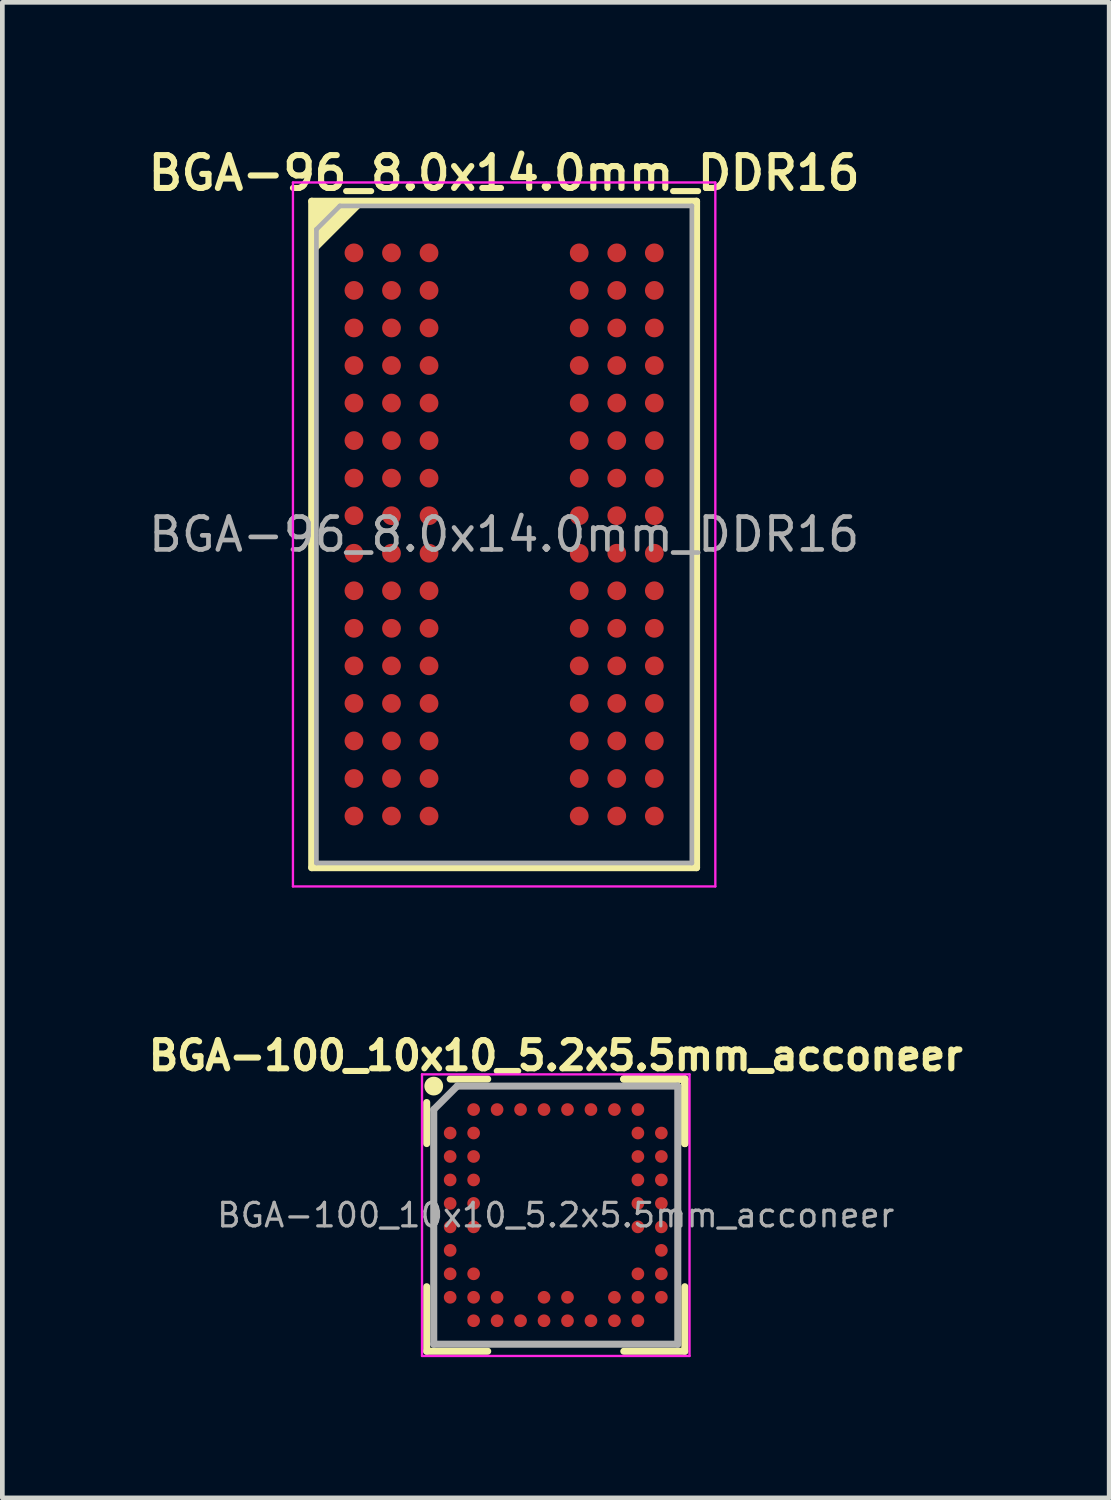
<source format=kicad_pcb>
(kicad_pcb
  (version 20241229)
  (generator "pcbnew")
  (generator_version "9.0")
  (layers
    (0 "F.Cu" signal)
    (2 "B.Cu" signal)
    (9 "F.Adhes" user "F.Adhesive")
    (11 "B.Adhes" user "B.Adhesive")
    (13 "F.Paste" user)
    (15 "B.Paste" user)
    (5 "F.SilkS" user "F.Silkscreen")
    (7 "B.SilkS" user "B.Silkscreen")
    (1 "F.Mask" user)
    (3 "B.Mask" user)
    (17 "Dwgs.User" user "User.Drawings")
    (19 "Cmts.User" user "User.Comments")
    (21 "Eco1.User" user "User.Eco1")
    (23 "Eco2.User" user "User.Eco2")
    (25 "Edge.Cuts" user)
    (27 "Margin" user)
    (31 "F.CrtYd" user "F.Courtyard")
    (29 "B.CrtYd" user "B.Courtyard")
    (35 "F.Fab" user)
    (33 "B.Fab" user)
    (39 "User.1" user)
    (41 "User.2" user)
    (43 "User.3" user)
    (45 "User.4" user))
  (footprint "BGA-100_10x10_5.2x5.5mm_acconeer"
    (layer "F.Cu")
    (at 8.792 22.842)
    (property "Reference" "BGA-100_10x10_5.2x5.5mm_acconeer" (at 0 -3.4 0) (layer "F.SilkS") (effects (font (size 0.6 0.6) (thickness 0.13))))
    (property "Value" "${VALUE}" (at 0 2.4 0) (layer "F.Fab") (hide yes) (effects (font (size 0.4 0.4) (thickness 0.04))))
    (attr smd)
    (fp_line (start -2.75 -2.4) (end -2.75 -1.525) (stroke (width 0.15) (type solid)) (layer "F.SilkS"))
    (fp_line (start -2.75 2.9) (end -2.75 1.525) (stroke (width 0.15) (type solid)) (layer "F.SilkS"))
    (fp_line (start -1.45 -2.9) (end -2.25 -2.9) (stroke (width 0.15) (type solid)) (layer "F.SilkS"))
    (fp_line (start -1.45 2.9) (end -2.75 2.9) (stroke (width 0.15) (type solid)) (layer "F.SilkS"))
    (fp_line (start 1.45 -2.9) (end 2.75 -2.9) (stroke (width 0.15) (type solid)) (layer "F.SilkS"))
    (fp_line (start 1.45 -2.9) (end 2.75 -2.9) (stroke (width 0.15) (type solid)) (layer "F.SilkS"))
    (fp_line (start 1.45 -2.9) (end 2.75 -2.9) (stroke (width 0.15) (type solid)) (layer "F.SilkS"))
    (fp_line (start 1.45 2.9) (end 2.75 2.9) (stroke (width 0.15) (type solid)) (layer "F.SilkS"))
    (fp_line (start 2.75 -2.9) (end 2.75 -1.525) (stroke (width 0.15) (type solid)) (layer "F.SilkS"))
    (fp_line (start 2.75 -2.9) (end 2.75 -1.525) (stroke (width 0.15) (type solid)) (layer "F.SilkS"))
    (fp_line (start 2.75 -2.9) (end 2.75 -1.525) (stroke (width 0.15) (type solid)) (layer "F.SilkS"))
    (fp_line (start 2.75 2.9) (end 2.75 1.525) (stroke (width 0.15) (type solid)) (layer "F.SilkS"))
    (fp_circle (center -2.6 -2.75) (end -2.5 -2.75) (stroke (width 0.2) (type solid)) (fill no) (layer "F.SilkS"))
    (fp_line (start -2.85 -3) (end 2.85 -3) (stroke (width 0.05) (type solid)) (layer "F.CrtYd"))
    (fp_line (start -2.85 3) (end -2.85 -3) (stroke (width 0.05) (type solid)) (layer "F.CrtYd"))
    (fp_line (start 2.85 -3) (end 2.85 3) (stroke (width 0.05) (type solid)) (layer "F.CrtYd"))
    (fp_line (start 2.85 3) (end -2.85 3) (stroke (width 0.05) (type solid)) (layer "F.CrtYd"))
    (fp_line (start -2.6 -2.25) (end -2.6 2.75) (stroke (width 0.15) (type solid)) (layer "F.Fab"))
    (fp_line (start -2.6 2.75) (end 2.6 2.75) (stroke (width 0.15) (type solid)) (layer "F.Fab"))
    (fp_line (start -2.1 -2.75) (end -2.6 -2.25) (stroke (width 0.15) (type solid)) (layer "F.Fab"))
    (fp_line (start 2.6 -2.75) (end -2.1 -2.75) (stroke (width 0.15) (type solid)) (layer "F.Fab"))
    (fp_line (start 2.6 2.75) (end 2.6 -2.75) (stroke (width 0.15) (type solid)) (layer "F.Fab"))
    (fp_text user "${REFERENCE}" (at 0 0 0) (layer "F.Fab") (effects (font (size 0.5 0.5) (thickness 0.07))))
    (pad "A2" smd circle (at -1.75 -2.25) (size 0.27 0.27) (layers "F.Cu" "F.Mask" "F.Paste"))
    (pad "A3" smd circle (at -1.25 -2.25) (size 0.27 0.27) (layers "F.Cu" "F.Mask" "F.Paste"))
    (pad "A4" smd circle (at -0.75 -2.25) (size 0.27 0.27) (layers "F.Cu" "F.Mask" "F.Paste"))
    (pad "A5" smd circle (at -0.25 -2.25) (size 0.27 0.27) (layers "F.Cu" "F.Mask" "F.Paste"))
    (pad "A6" smd circle (at 0.25 -2.25) (size 0.27 0.27) (layers "F.Cu" "F.Mask" "F.Paste"))
    (pad "A7" smd circle (at 0.75 -2.25) (size 0.27 0.27) (layers "F.Cu" "F.Mask" "F.Paste"))
    (pad "A8" smd circle (at 1.25 -2.25) (size 0.27 0.27) (layers "F.Cu" "F.Mask" "F.Paste"))
    (pad "A9" smd circle (at 1.75 -2.25) (size 0.27 0.27) (layers "F.Cu" "F.Mask" "F.Paste"))
    (pad "B1" smd circle (at -2.25 -1.75) (size 0.27 0.27) (layers "F.Cu" "F.Mask" "F.Paste"))
    (pad "B2" smd circle (at -1.75 -1.75) (size 0.27 0.27) (layers "F.Cu" "F.Mask" "F.Paste"))
    (pad "B9" smd circle (at 1.75 -1.75) (size 0.27 0.27) (layers "F.Cu" "F.Mask" "F.Paste"))
    (pad "B10" smd circle (at 2.25 -1.75) (size 0.27 0.27) (layers "F.Cu" "F.Mask" "F.Paste"))
    (pad "C1" smd circle (at -2.25 -1.25) (size 0.27 0.27) (layers "F.Cu" "F.Mask" "F.Paste"))
    (pad "C2" smd circle (at -1.75 -1.25) (size 0.27 0.27) (layers "F.Cu" "F.Mask" "F.Paste"))
    (pad "C9" smd circle (at 1.75 -1.25) (size 0.27 0.27) (layers "F.Cu" "F.Mask" "F.Paste"))
    (pad "C10" smd circle (at 2.25 -1.25) (size 0.27 0.27) (layers "F.Cu" "F.Mask" "F.Paste"))
    (pad "D1" smd circle (at -2.25 -0.75) (size 0.27 0.27) (layers "F.Cu" "F.Mask" "F.Paste"))
    (pad "D2" smd circle (at -1.75 -0.75) (size 0.27 0.27) (layers "F.Cu" "F.Mask" "F.Paste"))
    (pad "D9" smd circle (at 1.75 -0.75) (size 0.27 0.27) (layers "F.Cu" "F.Mask" "F.Paste"))
    (pad "D10" smd circle (at 2.25 -0.75) (size 0.27 0.27) (layers "F.Cu" "F.Mask" "F.Paste"))
    (pad "E1" smd circle (at -2.25 -0.25) (size 0.27 0.27) (layers "F.Cu" "F.Mask" "F.Paste"))
    (pad "E2" smd circle (at -1.75 -0.25) (size 0.27 0.27) (layers "F.Cu" "F.Mask" "F.Paste"))
    (pad "E9" smd circle (at 1.75 -0.25) (size 0.27 0.27) (layers "F.Cu" "F.Mask" "F.Paste"))
    (pad "E10" smd circle (at 2.25 -0.25) (size 0.27 0.27) (layers "F.Cu" "F.Mask" "F.Paste"))
    (pad "F1" smd circle (at -2.25 0.25) (size 0.27 0.27) (layers "F.Cu" "F.Mask" "F.Paste"))
    (pad "F2" smd circle (at -1.75 0.25) (size 0.27 0.27) (layers "F.Cu" "F.Mask" "F.Paste"))
    (pad "F9" smd circle (at 1.75 0.25) (size 0.27 0.27) (layers "F.Cu" "F.Mask" "F.Paste"))
    (pad "F10" smd circle (at 2.25 0.25) (size 0.27 0.27) (layers "F.Cu" "F.Mask" "F.Paste"))
    (pad "G1" smd circle (at -2.25 0.75) (size 0.27 0.27) (layers "F.Cu" "F.Mask" "F.Paste"))
    (pad "G10" smd circle (at 2.25 0.75) (size 0.27 0.27) (layers "F.Cu" "F.Mask" "F.Paste"))
    (pad "H1" smd circle (at -2.25 1.25) (size 0.27 0.27) (layers "F.Cu" "F.Mask" "F.Paste"))
    (pad "H2" smd circle (at -1.75 1.25) (size 0.27 0.27) (layers "F.Cu" "F.Mask" "F.Paste"))
    (pad "H9" smd circle (at 1.75 1.25) (size 0.27 0.27) (layers "F.Cu" "F.Mask" "F.Paste"))
    (pad "H10" smd circle (at 2.25 1.25) (size 0.27 0.27) (layers "F.Cu" "F.Mask" "F.Paste"))
    (pad "J1" smd circle (at -2.25 1.75) (size 0.27 0.27) (layers "F.Cu" "F.Mask" "F.Paste"))
    (pad "J2" smd circle (at -1.75 1.75) (size 0.27 0.27) (layers "F.Cu" "F.Mask" "F.Paste"))
    (pad "J3" smd circle (at -1.25 1.75) (size 0.27 0.27) (layers "F.Cu" "F.Mask" "F.Paste"))
    (pad "J5" smd circle (at -0.25 1.75) (size 0.27 0.27) (layers "F.Cu" "F.Mask" "F.Paste"))
    (pad "J6" smd circle (at 0.25 1.75) (size 0.27 0.27) (layers "F.Cu" "F.Mask" "F.Paste"))
    (pad "J8" smd circle (at 1.25 1.75) (size 0.27 0.27) (layers "F.Cu" "F.Mask" "F.Paste"))
    (pad "J9" smd circle (at 1.75 1.75) (size 0.27 0.27) (layers "F.Cu" "F.Mask" "F.Paste"))
    (pad "J10" smd circle (at 2.25 1.75) (size 0.27 0.27) (layers "F.Cu" "F.Mask" "F.Paste"))
    (pad "K2" smd circle (at -1.75 2.25) (size 0.27 0.27) (layers "F.Cu" "F.Mask" "F.Paste"))
    (pad "K3" smd circle (at -1.25 2.25) (size 0.27 0.27) (layers "F.Cu" "F.Mask" "F.Paste"))
    (pad "K4" smd circle (at -0.75 2.25) (size 0.27 0.27) (layers "F.Cu" "F.Mask" "F.Paste"))
    (pad "K5" smd circle (at -0.25 2.25) (size 0.27 0.27) (layers "F.Cu" "F.Mask" "F.Paste"))
    (pad "K6" smd circle (at 0.25 2.25) (size 0.27 0.27) (layers "F.Cu" "F.Mask" "F.Paste"))
    (pad "K7" smd circle (at 0.75 2.25) (size 0.27 0.27) (layers "F.Cu" "F.Mask" "F.Paste"))
    (pad "K8" smd circle (at 1.25 2.25) (size 0.27 0.27) (layers "F.Cu" "F.Mask" "F.Paste"))
    (pad "K9" smd circle (at 1.75 2.25) (size 0.27 0.27) (layers "F.Cu" "F.Mask" "F.Paste")))
  (footprint "BGA-96_8.0x14.0mm_DDR16"
    (layer "F.Cu")
    (at 7.692 8.338)
    (property "Reference" "BGA-96_8.0x14.0mm_DDR16" (at 0 -7.7 0) (layer "F.SilkS") (effects (font (size 0.7 0.7) (thickness 0.13))))
    (property "Value" "${VALUE}" (at 0 6.5 0) (layer "F.Fab") (hide yes) (effects (font (size 0.4 0.4) (thickness 0.05))))
    (attr smd)
    (fp_line (start -4.1 -7.1) (end -4.1 7.1) (stroke (width 0.15) (type solid)) (layer "F.SilkS"))
    (fp_line (start -4.1 7.1) (end 4.1 7.1) (stroke (width 0.15) (type solid)) (layer "F.SilkS"))
    (fp_line (start 4.1 -7.1) (end -4.1 -7.1) (stroke (width 0.15) (type solid)) (layer "F.SilkS"))
    (fp_line (start 4.1 7.1) (end 4.1 -7.1) (stroke (width 0.15) (type solid)) (layer "F.SilkS"))
    (fp_poly (pts (xy -4.1 -7.1) (xy -3 -7.1) (xy -4.1 -6)) (stroke (width 0.1) (type solid)) (fill yes) (layer "F.SilkS"))
    (fp_line (start -4.5 -7.5) (end -4.5 7.5) (stroke (width 0.05) (type solid)) (layer "F.CrtYd"))
    (fp_line (start -4.5 -7.5) (end 4.5 -7.5) (stroke (width 0.05) (type solid)) (layer "F.CrtYd"))
    (fp_line (start 4.5 7.5) (end -4.5 7.5) (stroke (width 0.05) (type solid)) (layer "F.CrtYd"))
    (fp_line (start 4.5 7.5) (end 4.5 -7.5) (stroke (width 0.05) (type solid)) (layer "F.CrtYd"))
    (fp_line (start -4 -6.5) (end -4 7) (stroke (width 0.1) (type solid)) (layer "F.Fab"))
    (fp_line (start -4 7) (end 4 7) (stroke (width 0.1) (type solid)) (layer "F.Fab"))
    (fp_line (start -3.5 -7) (end -4 -6.5) (stroke (width 0.1) (type solid)) (layer "F.Fab"))
    (fp_line (start 4 -7) (end -3.5 -7) (stroke (width 0.1) (type solid)) (layer "F.Fab"))
    (fp_line (start 4 7) (end 4 -7) (stroke (width 0.1) (type solid)) (layer "F.Fab"))
    (fp_text user "${REFERENCE}" (at 0 0 0) (layer "F.Fab") (effects (font (size 0.7 0.7) (thickness 0.1))))
    (pad "A1" smd circle (at -3.2 -6) (size 0.4 0.4) (layers "F.Cu" "F.Mask" "F.Paste"))
    (pad "A2" smd circle (at -2.4 -6) (size 0.4 0.4) (layers "F.Cu" "F.Mask" "F.Paste"))
    (pad "A3" smd circle (at -1.6 -6) (size 0.4 0.4) (layers "F.Cu" "F.Mask" "F.Paste"))
    (pad "A7" smd circle (at 1.6 -6) (size 0.4 0.4) (layers "F.Cu" "F.Mask" "F.Paste"))
    (pad "A8" smd circle (at 2.4 -6) (size 0.4 0.4) (layers "F.Cu" "F.Mask" "F.Paste"))
    (pad "A9" smd circle (at 3.2 -6) (size 0.4 0.4) (layers "F.Cu" "F.Mask" "F.Paste"))
    (pad "B1" smd circle (at -3.2 -5.2) (size 0.4 0.4) (layers "F.Cu" "F.Mask" "F.Paste"))
    (pad "B2" smd circle (at -2.4 -5.2) (size 0.4 0.4) (layers "F.Cu" "F.Mask" "F.Paste"))
    (pad "B3" smd circle (at -1.6 -5.2) (size 0.4 0.4) (layers "F.Cu" "F.Mask" "F.Paste"))
    (pad "B7" smd circle (at 1.6 -5.2) (size 0.4 0.4) (layers "F.Cu" "F.Mask" "F.Paste"))
    (pad "B8" smd circle (at 2.4 -5.2) (size 0.4 0.4) (layers "F.Cu" "F.Mask" "F.Paste"))
    (pad "B9" smd circle (at 3.2 -5.2) (size 0.4 0.4) (layers "F.Cu" "F.Mask" "F.Paste"))
    (pad "C1" smd circle (at -3.2 -4.4) (size 0.4 0.4) (layers "F.Cu" "F.Mask" "F.Paste"))
    (pad "C2" smd circle (at -2.4 -4.4) (size 0.4 0.4) (layers "F.Cu" "F.Mask" "F.Paste"))
    (pad "C3" smd circle (at -1.6 -4.4) (size 0.4 0.4) (layers "F.Cu" "F.Mask" "F.Paste"))
    (pad "C7" smd circle (at 1.6 -4.4) (size 0.4 0.4) (layers "F.Cu" "F.Mask" "F.Paste"))
    (pad "C8" smd circle (at 2.4 -4.4) (size 0.4 0.4) (layers "F.Cu" "F.Mask" "F.Paste"))
    (pad "C9" smd circle (at 3.2 -4.4) (size 0.4 0.4) (layers "F.Cu" "F.Mask" "F.Paste"))
    (pad "D1" smd circle (at -3.2 -3.6) (size 0.4 0.4) (layers "F.Cu" "F.Mask" "F.Paste"))
    (pad "D2" smd circle (at -2.4 -3.6) (size 0.4 0.4) (layers "F.Cu" "F.Mask" "F.Paste"))
    (pad "D3" smd circle (at -1.6 -3.6) (size 0.4 0.4) (layers "F.Cu" "F.Mask" "F.Paste"))
    (pad "D7" smd circle (at 1.6 -3.6) (size 0.4 0.4) (layers "F.Cu" "F.Mask" "F.Paste"))
    (pad "D8" smd circle (at 2.4 -3.6) (size 0.4 0.4) (layers "F.Cu" "F.Mask" "F.Paste"))
    (pad "D9" smd circle (at 3.2 -3.6) (size 0.4 0.4) (layers "F.Cu" "F.Mask" "F.Paste"))
    (pad "E1" smd circle (at -3.2 -2.8) (size 0.4 0.4) (layers "F.Cu" "F.Mask" "F.Paste"))
    (pad "E2" smd circle (at -2.4 -2.8) (size 0.4 0.4) (layers "F.Cu" "F.Mask" "F.Paste"))
    (pad "E3" smd circle (at -1.6 -2.8) (size 0.4 0.4) (layers "F.Cu" "F.Mask" "F.Paste"))
    (pad "E7" smd circle (at 1.6 -2.8) (size 0.4 0.4) (layers "F.Cu" "F.Mask" "F.Paste"))
    (pad "E8" smd circle (at 2.4 -2.8) (size 0.4 0.4) (layers "F.Cu" "F.Mask" "F.Paste"))
    (pad "E9" smd circle (at 3.2 -2.8) (size 0.4 0.4) (layers "F.Cu" "F.Mask" "F.Paste"))
    (pad "F1" smd circle (at -3.2 -2) (size 0.4 0.4) (layers "F.Cu" "F.Mask" "F.Paste"))
    (pad "F2" smd circle (at -2.4 -2) (size 0.4 0.4) (layers "F.Cu" "F.Mask" "F.Paste"))
    (pad "F3" smd circle (at -1.6 -2) (size 0.4 0.4) (layers "F.Cu" "F.Mask" "F.Paste"))
    (pad "F7" smd circle (at 1.6 -2) (size 0.4 0.4) (layers "F.Cu" "F.Mask" "F.Paste"))
    (pad "F8" smd circle (at 2.4 -2) (size 0.4 0.4) (layers "F.Cu" "F.Mask" "F.Paste"))
    (pad "F9" smd circle (at 3.2 -2) (size 0.4 0.4) (layers "F.Cu" "F.Mask" "F.Paste"))
    (pad "G1" smd circle (at -3.2 -1.2) (size 0.4 0.4) (layers "F.Cu" "F.Mask" "F.Paste"))
    (pad "G2" smd circle (at -2.4 -1.2) (size 0.4 0.4) (layers "F.Cu" "F.Mask" "F.Paste"))
    (pad "G3" smd circle (at -1.6 -1.2) (size 0.4 0.4) (layers "F.Cu" "F.Mask" "F.Paste"))
    (pad "G7" smd circle (at 1.6 -1.2) (size 0.4 0.4) (layers "F.Cu" "F.Mask" "F.Paste"))
    (pad "G8" smd circle (at 2.4 -1.2) (size 0.4 0.4) (layers "F.Cu" "F.Mask" "F.Paste"))
    (pad "G9" smd circle (at 3.2 -1.2) (size 0.4 0.4) (layers "F.Cu" "F.Mask" "F.Paste"))
    (pad "H1" smd circle (at -3.2 -0.4) (size 0.4 0.4) (layers "F.Cu" "F.Mask" "F.Paste"))
    (pad "H2" smd circle (at -2.4 -0.4) (size 0.4 0.4) (layers "F.Cu" "F.Mask" "F.Paste"))
    (pad "H3" smd circle (at -1.6 -0.4) (size 0.4 0.4) (layers "F.Cu" "F.Mask" "F.Paste"))
    (pad "H7" smd circle (at 1.6 -0.4) (size 0.4 0.4) (layers "F.Cu" "F.Mask" "F.Paste"))
    (pad "H8" smd circle (at 2.4 -0.4) (size 0.4 0.4) (layers "F.Cu" "F.Mask" "F.Paste"))
    (pad "H9" smd circle (at 3.2 -0.4) (size 0.4 0.4) (layers "F.Cu" "F.Mask" "F.Paste"))
    (pad "J1" smd circle (at -3.2 0.4) (size 0.4 0.4) (layers "F.Cu" "F.Mask" "F.Paste"))
    (pad "J2" smd circle (at -2.4 0.4) (size 0.4 0.4) (layers "F.Cu" "F.Mask" "F.Paste"))
    (pad "J3" smd circle (at -1.6 0.4) (size 0.4 0.4) (layers "F.Cu" "F.Mask" "F.Paste"))
    (pad "J7" smd circle (at 1.6 0.4) (size 0.4 0.4) (layers "F.Cu" "F.Mask" "F.Paste"))
    (pad "J8" smd circle (at 2.4 0.4) (size 0.4 0.4) (layers "F.Cu" "F.Mask" "F.Paste"))
    (pad "J9" smd circle (at 3.2 0.4) (size 0.4 0.4) (layers "F.Cu" "F.Mask" "F.Paste"))
    (pad "K1" smd circle (at -3.2 1.2) (size 0.4 0.4) (layers "F.Cu" "F.Mask" "F.Paste"))
    (pad "K2" smd circle (at -2.4 1.2) (size 0.4 0.4) (layers "F.Cu" "F.Mask" "F.Paste"))
    (pad "K3" smd circle (at -1.6 1.2) (size 0.4 0.4) (layers "F.Cu" "F.Mask" "F.Paste"))
    (pad "K7" smd circle (at 1.6 1.2) (size 0.4 0.4) (layers "F.Cu" "F.Mask" "F.Paste"))
    (pad "K8" smd circle (at 2.4 1.2) (size 0.4 0.4) (layers "F.Cu" "F.Mask" "F.Paste"))
    (pad "K9" smd circle (at 3.2 1.2) (size 0.4 0.4) (layers "F.Cu" "F.Mask" "F.Paste"))
    (pad "L1" smd circle (at -3.2 2) (size 0.4 0.4) (layers "F.Cu" "F.Mask" "F.Paste"))
    (pad "L2" smd circle (at -2.4 2) (size 0.4 0.4) (layers "F.Cu" "F.Mask" "F.Paste"))
    (pad "L3" smd circle (at -1.6 2) (size 0.4 0.4) (layers "F.Cu" "F.Mask" "F.Paste"))
    (pad "L7" smd circle (at 1.6 2) (size 0.4 0.4) (layers "F.Cu" "F.Mask" "F.Paste"))
    (pad "L8" smd circle (at 2.4 2) (size 0.4 0.4) (layers "F.Cu" "F.Mask" "F.Paste"))
    (pad "L9" smd circle (at 3.2 2) (size 0.4 0.4) (layers "F.Cu" "F.Mask" "F.Paste"))
    (pad "M1" smd circle (at -3.2 2.8) (size 0.4 0.4) (layers "F.Cu" "F.Mask" "F.Paste"))
    (pad "M2" smd circle (at -2.4 2.8) (size 0.4 0.4) (layers "F.Cu" "F.Mask" "F.Paste"))
    (pad "M3" smd circle (at -1.6 2.8) (size 0.4 0.4) (layers "F.Cu" "F.Mask" "F.Paste"))
    (pad "M7" smd circle (at 1.6 2.8) (size 0.4 0.4) (layers "F.Cu" "F.Mask" "F.Paste"))
    (pad "M8" smd circle (at 2.4 2.8) (size 0.4 0.4) (layers "F.Cu" "F.Mask" "F.Paste"))
    (pad "M9" smd circle (at 3.2 2.8) (size 0.4 0.4) (layers "F.Cu" "F.Mask" "F.Paste"))
    (pad "N1" smd circle (at -3.2 3.6) (size 0.4 0.4) (layers "F.Cu" "F.Mask" "F.Paste"))
    (pad "N2" smd circle (at -2.4 3.6) (size 0.4 0.4) (layers "F.Cu" "F.Mask" "F.Paste"))
    (pad "N3" smd circle (at -1.6 3.6) (size 0.4 0.4) (layers "F.Cu" "F.Mask" "F.Paste"))
    (pad "N7" smd circle (at 1.6 3.6) (size 0.4 0.4) (layers "F.Cu" "F.Mask" "F.Paste"))
    (pad "N8" smd circle (at 2.4 3.6) (size 0.4 0.4) (layers "F.Cu" "F.Mask" "F.Paste"))
    (pad "N9" smd circle (at 3.2 3.6) (size 0.4 0.4) (layers "F.Cu" "F.Mask" "F.Paste"))
    (pad "P1" smd circle (at -3.2 4.4) (size 0.4 0.4) (layers "F.Cu" "F.Mask" "F.Paste"))
    (pad "P2" smd circle (at -2.4 4.4) (size 0.4 0.4) (layers "F.Cu" "F.Mask" "F.Paste"))
    (pad "P3" smd circle (at -1.6 4.4) (size 0.4 0.4) (layers "F.Cu" "F.Mask" "F.Paste"))
    (pad "P7" smd circle (at 1.6 4.4) (size 0.4 0.4) (layers "F.Cu" "F.Mask" "F.Paste"))
    (pad "P8" smd circle (at 2.4 4.4) (size 0.4 0.4) (layers "F.Cu" "F.Mask" "F.Paste"))
    (pad "P9" smd circle (at 3.2 4.4) (size 0.4 0.4) (layers "F.Cu" "F.Mask" "F.Paste"))
    (pad "R1" smd circle (at -3.2 5.2) (size 0.4 0.4) (layers "F.Cu" "F.Mask" "F.Paste"))
    (pad "R2" smd circle (at -2.4 5.2) (size 0.4 0.4) (layers "F.Cu" "F.Mask" "F.Paste"))
    (pad "R3" smd circle (at -1.6 5.2) (size 0.4 0.4) (layers "F.Cu" "F.Mask" "F.Paste"))
    (pad "R7" smd circle (at 1.6 5.2) (size 0.4 0.4) (layers "F.Cu" "F.Mask" "F.Paste"))
    (pad "R8" smd circle (at 2.4 5.2) (size 0.4 0.4) (layers "F.Cu" "F.Mask" "F.Paste"))
    (pad "R9" smd circle (at 3.2 5.2) (size 0.4 0.4) (layers "F.Cu" "F.Mask" "F.Paste"))
    (pad "T1" smd circle (at -3.2 6) (size 0.4 0.4) (layers "F.Cu" "F.Mask" "F.Paste"))
    (pad "T2" smd circle (at -2.4 6) (size 0.4 0.4) (layers "F.Cu" "F.Mask" "F.Paste"))
    (pad "T3" smd circle (at -1.6 6) (size 0.4 0.4) (layers "F.Cu" "F.Mask" "F.Paste"))
    (pad "T7" smd circle (at 1.6 6) (size 0.4 0.4) (layers "F.Cu" "F.Mask" "F.Paste"))
    (pad "T8" smd circle (at 2.4 6) (size 0.4 0.4) (layers "F.Cu" "F.Mask" "F.Paste"))
    (pad "T9" smd circle (at 3.2 6) (size 0.4 0.4) (layers "F.Cu" "F.Mask" "F.Paste")))
  (gr_rect
    (start -3 -3)
    (end 20.584 28.867)
    (stroke (width 0.1) (type default))
    (fill no)
    (layer "Edge.Cuts")))
</source>
